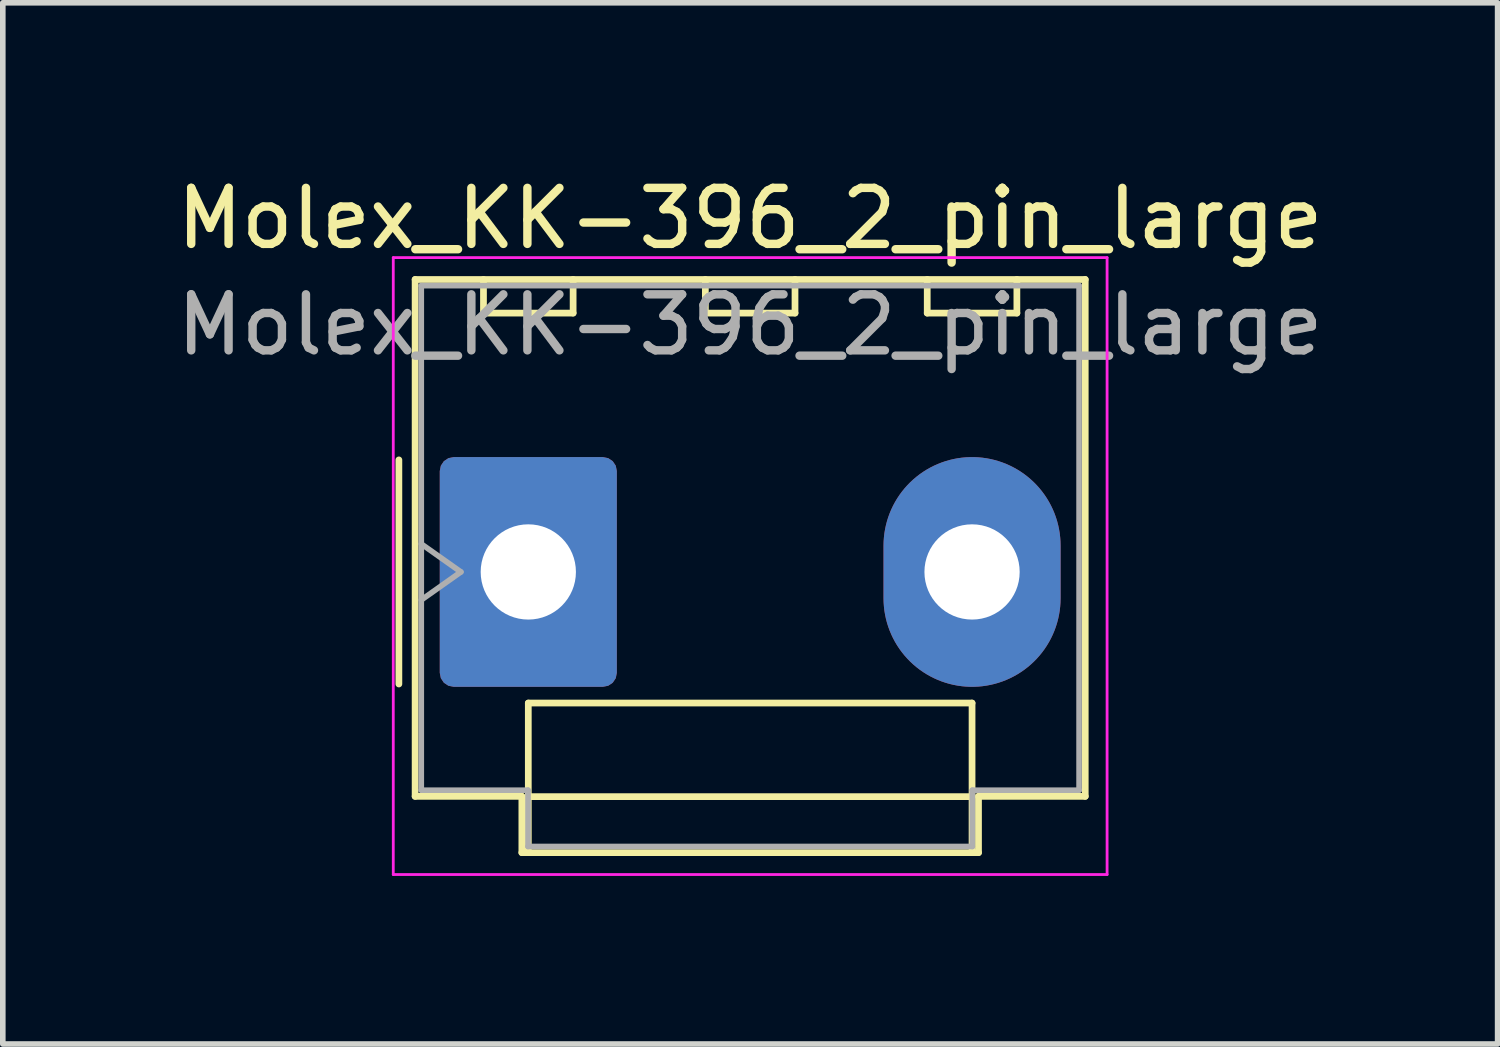
<source format=kicad_pcb>
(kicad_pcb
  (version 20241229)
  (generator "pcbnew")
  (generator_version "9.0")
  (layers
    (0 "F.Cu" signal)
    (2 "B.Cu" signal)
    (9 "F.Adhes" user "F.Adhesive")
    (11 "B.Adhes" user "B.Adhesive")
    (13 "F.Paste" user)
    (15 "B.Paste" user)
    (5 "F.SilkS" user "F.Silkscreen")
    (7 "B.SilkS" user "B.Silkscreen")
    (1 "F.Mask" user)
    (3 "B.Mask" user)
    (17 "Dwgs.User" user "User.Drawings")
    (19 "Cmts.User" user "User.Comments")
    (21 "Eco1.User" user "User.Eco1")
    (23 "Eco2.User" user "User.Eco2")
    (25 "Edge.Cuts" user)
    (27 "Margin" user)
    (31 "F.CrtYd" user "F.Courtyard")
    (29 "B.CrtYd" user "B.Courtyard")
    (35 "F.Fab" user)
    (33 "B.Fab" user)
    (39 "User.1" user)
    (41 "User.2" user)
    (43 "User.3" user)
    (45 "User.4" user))
  (footprint "Molex_KK-396_2_pin_large"
    (layer "F.Cu")
    (at 6.379 7.158)
    (property "Reference" "Molex_KK-396_2_pin_large" (at 3.96 -6.31 0) (layer "F.SilkS") (effects (font (size 1 1) (thickness 0.15))))
    (attr through_hole)
    (fp_line (start -2.31 -2) (end -2.31 2) (stroke (width 0.12) (type solid)) (layer "F.SilkS"))
    (fp_line (start -2.02 -5.22) (end 9.94 -5.22) (stroke (width 0.12) (type solid)) (layer "F.SilkS"))
    (fp_line (start -2.02 4.005) (end -2.02 -5.22) (stroke (width 0.12) (type solid)) (layer "F.SilkS"))
    (fp_line (start -0.8 -5.22) (end -0.8 -4.62) (stroke (width 0.12) (type solid)) (layer "F.SilkS"))
    (fp_line (start -0.8 -4.62) (end 0.8 -4.62) (stroke (width 0.12) (type solid)) (layer "F.SilkS"))
    (fp_line (start -0.115 4.005) (end -2.02 4.005) (stroke (width 0.12) (type solid)) (layer "F.SilkS"))
    (fp_line (start -0.115 5.01) (end -0.115 4.005) (stroke (width 0.12) (type solid)) (layer "F.SilkS"))
    (fp_line (start 0 2.34) (end 7.92 2.34) (stroke (width 0.12) (type solid)) (layer "F.SilkS"))
    (fp_line (start 0 4.01) (end 0 2.34) (stroke (width 0.12) (type solid)) (layer "F.SilkS"))
    (fp_line (start 0 4.01) (end 7.92 4.01) (stroke (width 0.12) (type solid)) (layer "F.SilkS"))
    (fp_line (start 0 5.01) (end 0 4.01) (stroke (width 0.12) (type solid)) (layer "F.SilkS"))
    (fp_line (start 0.8 -4.62) (end 0.8 -5.22) (stroke (width 0.12) (type solid)) (layer "F.SilkS"))
    (fp_line (start 3.16 -5.22) (end 3.16 -4.62) (stroke (width 0.12) (type solid)) (layer "F.SilkS"))
    (fp_line (start 3.16 -4.62) (end 4.76 -4.62) (stroke (width 0.12) (type solid)) (layer "F.SilkS"))
    (fp_line (start 4.76 -4.62) (end 4.76 -5.22) (stroke (width 0.12) (type solid)) (layer "F.SilkS"))
    (fp_line (start 7.12 -5.22) (end 7.12 -4.62) (stroke (width 0.12) (type solid)) (layer "F.SilkS"))
    (fp_line (start 7.12 -4.62) (end 8.72 -4.62) (stroke (width 0.12) (type solid)) (layer "F.SilkS"))
    (fp_line (start 7.92 2.34) (end 7.92 4.01) (stroke (width 0.12) (type solid)) (layer "F.SilkS"))
    (fp_line (start 7.92 4.01) (end 7.92 5.01) (stroke (width 0.12) (type solid)) (layer "F.SilkS"))
    (fp_line (start 8.035 4.005) (end 8.035 5.01) (stroke (width 0.12) (type solid)) (layer "F.SilkS"))
    (fp_line (start 8.035 5.01) (end -0.115 5.01) (stroke (width 0.12) (type solid)) (layer "F.SilkS"))
    (fp_line (start 8.72 -4.62) (end 8.72 -5.22) (stroke (width 0.12) (type solid)) (layer "F.SilkS"))
    (fp_line (start 9.94 -5.22) (end 9.94 4.005) (stroke (width 0.12) (type solid)) (layer "F.SilkS"))
    (fp_line (start 9.94 4.005) (end 8.035 4.005) (stroke (width 0.12) (type solid)) (layer "F.SilkS"))
    (fp_line (start -2.41 -5.61) (end -2.41 5.4) (stroke (width 0.05) (type solid)) (layer "F.CrtYd"))
    (fp_line (start -2.41 5.4) (end 10.33 5.4) (stroke (width 0.05) (type solid)) (layer "F.CrtYd"))
    (fp_line (start 10.33 -5.61) (end -2.41 -5.61) (stroke (width 0.05) (type solid)) (layer "F.CrtYd"))
    (fp_line (start 10.33 5.4) (end 10.33 -5.61) (stroke (width 0.05) (type solid)) (layer "F.CrtYd"))
    (fp_line (start -1.91 -5.11) (end 9.83 -5.11) (stroke (width 0.1) (type solid)) (layer "F.Fab"))
    (fp_line (start -1.91 -0.5) (end -1.203 0) (stroke (width 0.1) (type solid)) (layer "F.Fab"))
    (fp_line (start -1.91 3.895) (end -1.91 -5.11) (stroke (width 0.1) (type solid)) (layer "F.Fab"))
    (fp_line (start -1.203 0) (end -1.91 0.5) (stroke (width 0.1) (type solid)) (layer "F.Fab"))
    (fp_line (start -0.005 3.895) (end -1.91 3.895) (stroke (width 0.1) (type solid)) (layer "F.Fab"))
    (fp_line (start -0.005 4.9) (end -0.005 3.895) (stroke (width 0.1) (type solid)) (layer "F.Fab"))
    (fp_line (start 7.925 3.895) (end 7.925 4.9) (stroke (width 0.1) (type solid)) (layer "F.Fab"))
    (fp_line (start 7.925 4.9) (end -0.005 4.9) (stroke (width 0.1) (type solid)) (layer "F.Fab"))
    (fp_line (start 9.83 -5.11) (end 9.83 3.895) (stroke (width 0.1) (type solid)) (layer "F.Fab"))
    (fp_line (start 9.83 3.895) (end 7.925 3.895) (stroke (width 0.1) (type solid)) (layer "F.Fab"))
    (fp_text user "${REFERENCE}" (at 3.96 -4.41 0) (layer "F.Fab") (effects (font (size 1 1) (thickness 0.15))))
    (pad "1" thru_hole roundrect (at 0 0) (size 3.16 4.1) (drill 1.7) (layers "*.Cu" "*.Mask") (roundrect_rratio 0.079))
    (pad "2" thru_hole oval (at 7.92 0) (size 3.16 4.1) (drill 1.7) (layers "*.Cu" "*.Mask")))
  (gr_rect
    (start -3 -3)
    (end 23.679 15.583)
    (stroke (width 0.1) (type default))
    (fill no)
    (layer "Edge.Cuts")))
</source>
